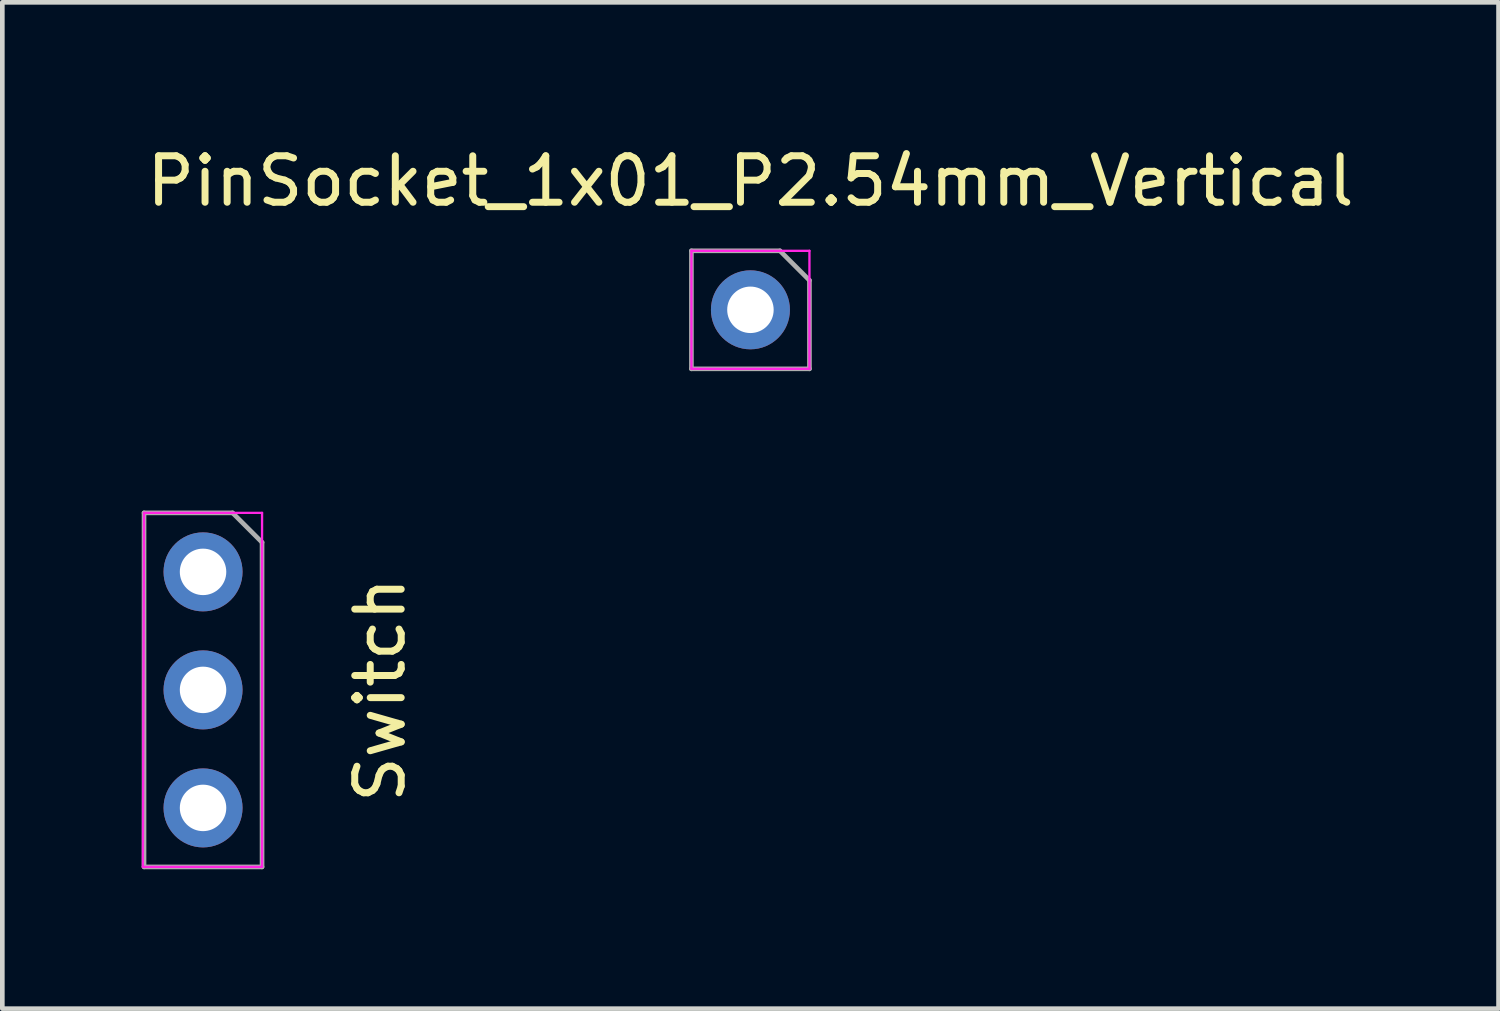
<source format=kicad_pcb>
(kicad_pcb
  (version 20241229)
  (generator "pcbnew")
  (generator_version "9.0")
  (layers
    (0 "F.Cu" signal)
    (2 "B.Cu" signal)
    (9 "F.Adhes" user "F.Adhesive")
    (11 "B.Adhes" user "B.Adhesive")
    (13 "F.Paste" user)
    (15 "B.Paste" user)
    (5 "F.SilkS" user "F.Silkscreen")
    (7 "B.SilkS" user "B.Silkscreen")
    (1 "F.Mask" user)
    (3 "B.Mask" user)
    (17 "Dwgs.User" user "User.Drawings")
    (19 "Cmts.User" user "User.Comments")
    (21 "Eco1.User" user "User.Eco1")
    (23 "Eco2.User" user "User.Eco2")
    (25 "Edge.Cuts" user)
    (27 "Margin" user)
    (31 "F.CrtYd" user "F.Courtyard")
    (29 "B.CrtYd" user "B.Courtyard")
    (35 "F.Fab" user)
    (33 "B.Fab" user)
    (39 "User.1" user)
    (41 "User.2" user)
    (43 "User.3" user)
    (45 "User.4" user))
  (footprint "PinSocket_1x01_P2.54mm_Vertical"
    (layer "F.Cu")
    (at 13.101 3.618)
    (property "Reference" "PinSocket_1x01_P2.54mm_Vertical" (at 0 -2.77 0) (layer "F.SilkS") (effects (font (size 1 1) (thickness 0.15))))
    (attr through_hole)
    (fp_line (start -1.27 -1.27) (end 1.27 -1.27) (stroke (width 0.05) (type solid)) (layer "F.CrtYd"))
    (fp_line (start -1.27 1.27) (end -1.27 -1.27) (stroke (width 0.05) (type solid)) (layer "F.CrtYd"))
    (fp_line (start 1.27 -1.27) (end 1.27 1.27) (stroke (width 0.05) (type solid)) (layer "F.CrtYd"))
    (fp_line (start 1.27 1.27) (end -1.27 1.27) (stroke (width 0.05) (type solid)) (layer "F.CrtYd"))
    (fp_line (start -1.27 -1.27) (end 0.635 -1.27) (stroke (width 0.1) (type solid)) (layer "F.Fab"))
    (fp_line (start -1.27 1.27) (end -1.27 -1.27) (stroke (width 0.1) (type solid)) (layer "F.Fab"))
    (fp_line (start 0.635 -1.27) (end 1.27 -0.635) (stroke (width 0.1) (type solid)) (layer "F.Fab"))
    (fp_line (start 1.27 -0.635) (end 1.27 1.27) (stroke (width 0.1) (type solid)) (layer "F.Fab"))
    (fp_line (start 1.27 1.27) (end -1.27 1.27) (stroke (width 0.1) (type solid)) (layer "F.Fab"))
    (pad "1" thru_hole circle (at 0 0) (size 1.7 1.7) (drill 1) (layers "*.Cu" "*.Mask")))
  (footprint "Switch"
    (layer "F.Cu")
    (at 1.32 9.258)
    (property "Reference" "Switch" (at 3.81 2.54 270) (layer "F.SilkS") (effects (font (size 1 1) (thickness 0.15))))
    (attr through_hole)
    (fp_line (start -1.295 6.35) (end -1.27 -1.27) (stroke (width 0.05) (type solid)) (layer "F.CrtYd"))
    (fp_line (start -1.27 -1.27) (end 1.27 -1.27) (stroke (width 0.05) (type solid)) (layer "F.CrtYd"))
    (fp_line (start 1.27 -1.27) (end 1.27 6.35) (stroke (width 0.05) (type solid)) (layer "F.CrtYd"))
    (fp_line (start 1.27 6.35) (end -1.295 6.35) (stroke (width 0.05) (type solid)) (layer "F.CrtYd"))
    (fp_line (start -1.27 -1.27) (end 0.635 -1.27) (stroke (width 0.1) (type solid)) (layer "F.Fab"))
    (fp_line (start -1.27 6.35) (end -1.27 -1.27) (stroke (width 0.1) (type solid)) (layer "F.Fab"))
    (fp_line (start 0.635 -1.27) (end 1.27 -0.635) (stroke (width 0.1) (type solid)) (layer "F.Fab"))
    (fp_line (start 1.27 -0.635) (end 1.27 6.35) (stroke (width 0.1) (type solid)) (layer "F.Fab"))
    (fp_line (start 1.27 6.35) (end -1.27 6.35) (stroke (width 0.1) (type solid)) (layer "F.Fab"))
    (pad "" thru_hole circle (at 0 5.08) (size 1.7 1.7) (drill 1) (layers "*.Cu" "*.Mask"))
    (pad "1" thru_hole circle (at 0 0) (size 1.7 1.7) (drill 1) (layers "*.Cu" "*.Mask"))
    (pad "2" thru_hole oval (at 0 2.54) (size 1.7 1.7) (drill 1) (layers "*.Cu" "*.Mask")))
  (gr_rect
    (start -3 -3)
    (end 29.202 18.658)
    (stroke (width 0.1) (type default))
    (fill no)
    (layer "Edge.Cuts")))
</source>
